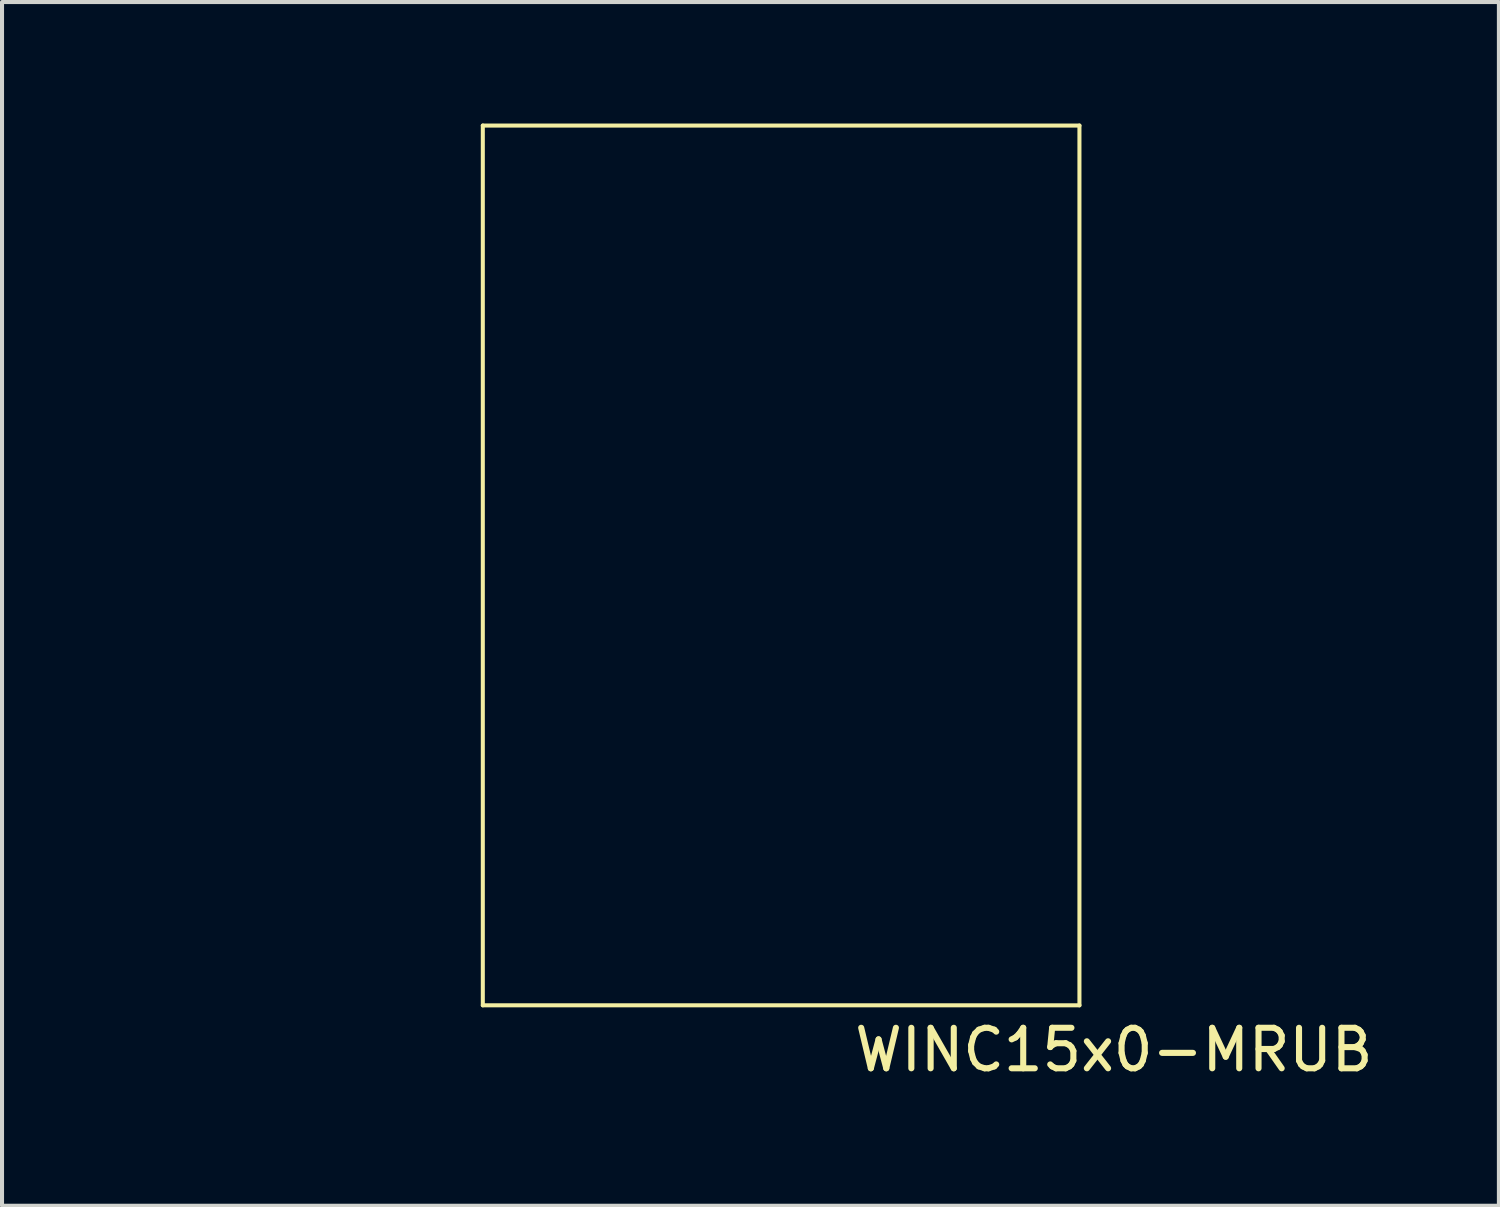
<source format=kicad_pcb>
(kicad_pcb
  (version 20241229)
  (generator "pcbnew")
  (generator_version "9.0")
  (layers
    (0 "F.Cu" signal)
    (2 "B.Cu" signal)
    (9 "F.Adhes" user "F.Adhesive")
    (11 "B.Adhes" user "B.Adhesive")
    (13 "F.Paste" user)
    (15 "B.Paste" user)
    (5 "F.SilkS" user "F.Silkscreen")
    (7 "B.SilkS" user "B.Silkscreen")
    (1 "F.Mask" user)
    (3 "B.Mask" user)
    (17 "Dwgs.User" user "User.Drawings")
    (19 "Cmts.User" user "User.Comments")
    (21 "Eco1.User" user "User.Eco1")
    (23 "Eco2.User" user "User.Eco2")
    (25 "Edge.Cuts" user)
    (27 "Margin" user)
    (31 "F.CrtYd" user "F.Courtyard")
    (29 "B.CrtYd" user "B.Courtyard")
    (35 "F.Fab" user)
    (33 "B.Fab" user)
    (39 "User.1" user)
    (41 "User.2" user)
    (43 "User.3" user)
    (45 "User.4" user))
  (footprint "WINC15x0-MRUB"
    (layer "F.Cu")
    (at 0.25 21.77)
    (property "Reference" "WINC15x0-MRUB" (at 24.2 1.1 0) (layer "F.SilkS") (effects (font (size 1 1) (thickness 0.15))))
    (attr through_hole)
    (fp_line (start 8.62 -21.72) (end 23.35 -21.72) (stroke (width 0.1) (type solid)) (layer "F.SilkS"))
    (fp_line (start 8.62 0) (end 8.62 -21.72) (stroke (width 0.1) (type solid)) (layer "F.SilkS"))
    (fp_line (start 8.62 0) (end 23.35 0) (stroke (width 0.1) (type solid)) (layer "F.SilkS"))
    (fp_line (start 23.35 0) (end 23.35 -21.72) (stroke (width 0.1) (type solid)) (layer "F.SilkS")))
  (gr_rect
    (start -3 -3)
    (end 33.956 26.718)
    (stroke (width 0.1) (type default))
    (fill no)
    (layer "Edge.Cuts")))
</source>
